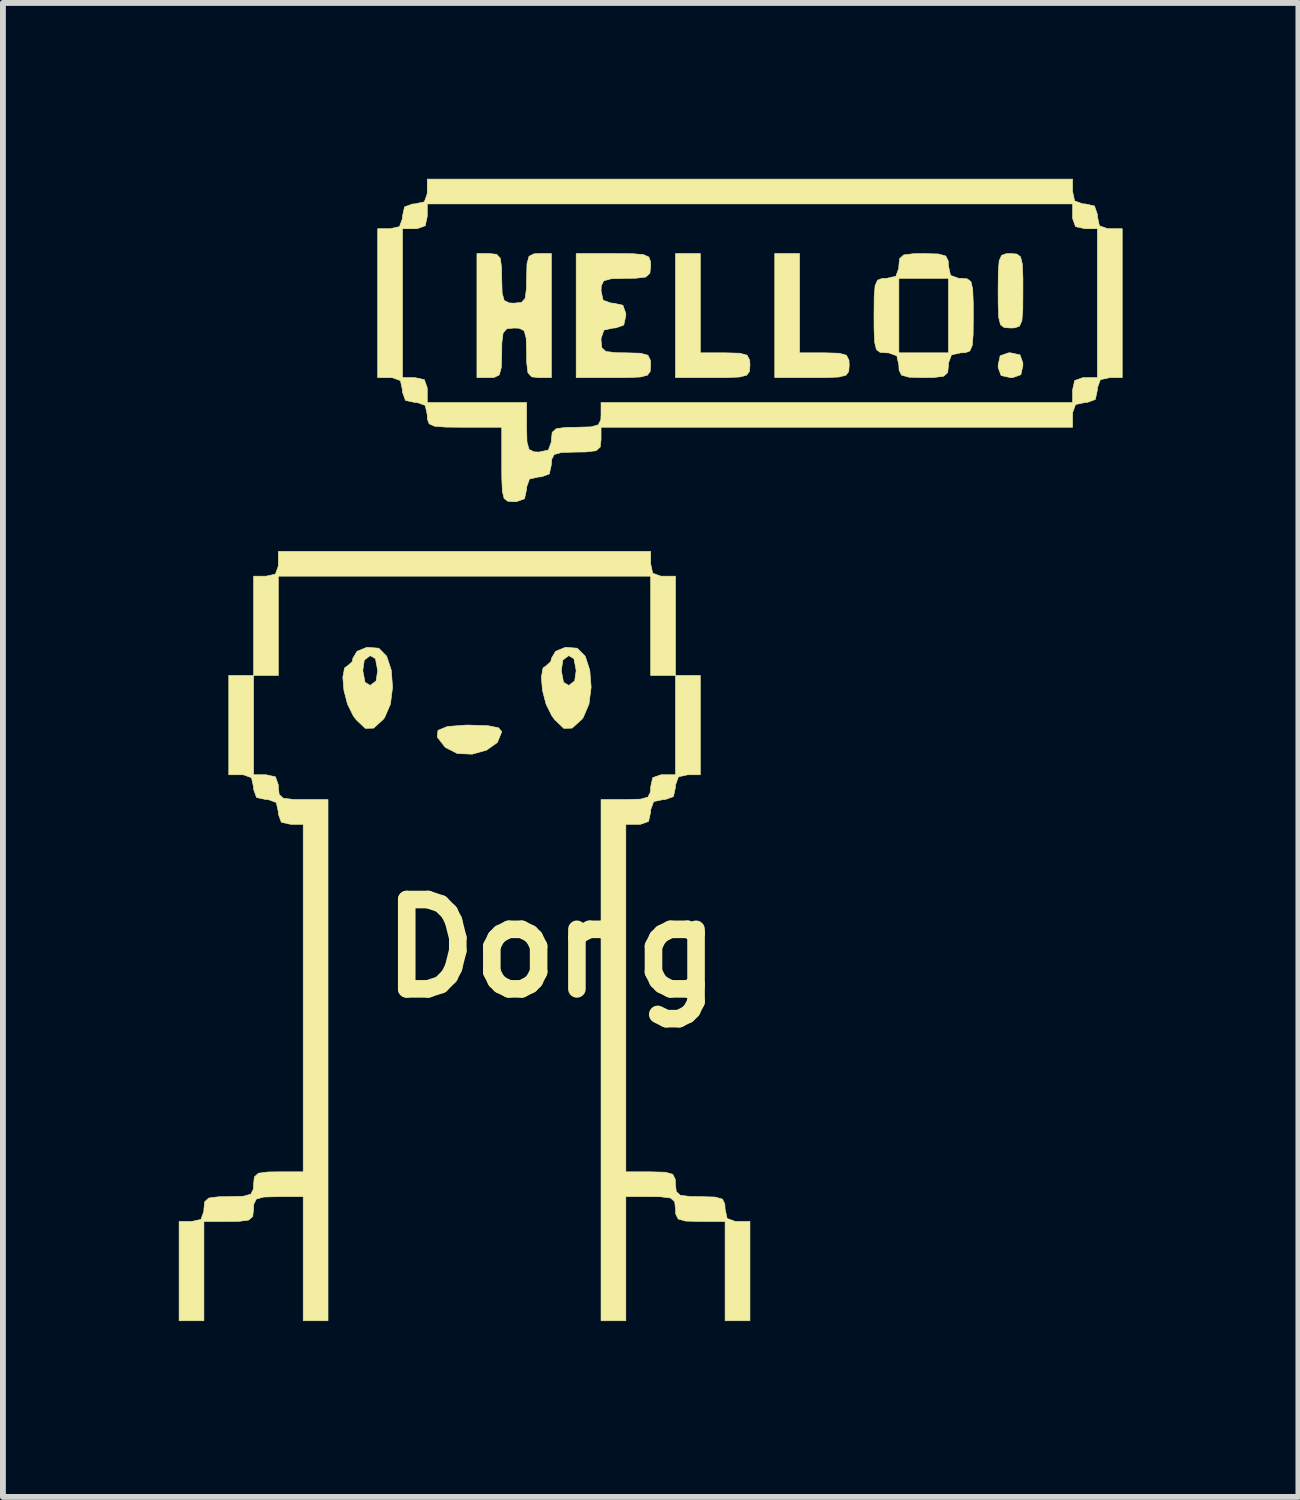
<source format=kicad_pcb>
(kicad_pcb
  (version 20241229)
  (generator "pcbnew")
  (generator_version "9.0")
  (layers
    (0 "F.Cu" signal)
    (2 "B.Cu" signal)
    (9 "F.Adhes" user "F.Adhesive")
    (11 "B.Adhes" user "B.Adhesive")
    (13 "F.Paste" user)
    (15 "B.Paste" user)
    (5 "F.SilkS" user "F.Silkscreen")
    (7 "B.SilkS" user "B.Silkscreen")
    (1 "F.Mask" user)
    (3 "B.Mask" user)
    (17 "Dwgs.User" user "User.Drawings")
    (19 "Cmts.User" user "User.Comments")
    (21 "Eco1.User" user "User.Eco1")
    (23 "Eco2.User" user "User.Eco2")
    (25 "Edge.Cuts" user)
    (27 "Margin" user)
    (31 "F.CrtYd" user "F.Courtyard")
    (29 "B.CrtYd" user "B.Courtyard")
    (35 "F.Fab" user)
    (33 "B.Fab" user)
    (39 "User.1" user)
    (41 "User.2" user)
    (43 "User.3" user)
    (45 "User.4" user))
  (footprint "Dong"
    (layer "F.Cu")
    (at 6.355 13.128)
    (property "Reference" "Dong" (at 0 0 0) (layer "F.SilkS") (effects (font (size 1.524 1.524) (thickness 0.3))))
    (attr through_hole)
    (fp_poly (pts (xy 7.993 -10.125) (xy 8.042 -9.987) (xy 8.043 -9.948) (xy 8.008 -9.787) (xy 7.871 -9.738) (xy 7.832 -9.737) (xy 7.671 -9.772) (xy 7.621 -9.909) (xy 7.62 -9.948) (xy 7.655 -10.109) (xy 7.793 -10.159) (xy 7.832 -10.16) (xy 7.993 -10.125)) (stroke (width 0.01) (type solid)) (fill yes) (layer "F.SilkS"))
    (fp_poly (pts (xy 2.54 -10.16) (xy 2.963 -10.16) (xy 3.215 -10.153) (xy 3.34 -10.118) (xy 3.383 -10.033) (xy 3.387 -9.948) (xy 3.379 -9.841) (xy 3.331 -9.778) (xy 3.208 -9.747) (xy 2.975 -9.737) (xy 2.752 -9.737) (xy 2.117 -9.737) (xy 2.117 -11.853) (xy 2.54 -11.853) (xy 2.54 -10.16)) (stroke (width 0.01) (type solid)) (fill yes) (layer "F.SilkS"))
    (fp_poly (pts (xy 4.233 -10.16) (xy 4.657 -10.16) (xy 4.908 -10.153) (xy 5.033 -10.118) (xy 5.076 -10.033) (xy 5.08 -9.948) (xy 5.072 -9.841) (xy 5.025 -9.778) (xy 4.902 -9.747) (xy 4.668 -9.737) (xy 4.445 -9.737) (xy 3.81 -9.737) (xy 3.81 -11.853) (xy 4.233 -11.853) (xy 4.233 -10.16)) (stroke (width 0.01) (type solid)) (fill yes) (layer "F.SilkS"))
    (fp_poly (pts (xy -1.078 -3.799) (xy -0.902 -3.764) (xy -0.847 -3.699) (xy -0.847 -3.696) (xy -0.921 -3.514) (xy -1.107 -3.382) (xy -1.352 -3.314) (xy -1.604 -3.325) (xy -1.808 -3.429) (xy -1.814 -3.435) (xy -1.946 -3.605) (xy -1.935 -3.72) (xy -1.774 -3.786) (xy -1.456 -3.81) (xy -1.397 -3.81) (xy -1.078 -3.799)) (stroke (width 0.01) (type solid)) (fill yes) (layer "F.SilkS"))
    (fp_poly (pts (xy 1.693 -6.562) (xy 1.728 -6.401) (xy 1.866 -6.351) (xy 1.905 -6.35) (xy 2.117 -6.35) (xy 2.117 -4.657) (xy 1.693 -4.657) (xy 1.693 -6.35) (xy -4.657 -6.35) (xy -4.657 -4.657) (xy -5.08 -4.657) (xy -5.08 -6.35) (xy -4.868 -6.35) (xy -4.707 -6.385) (xy -4.658 -6.523) (xy -4.657 -6.562) (xy -4.657 -6.773) (xy 1.693 -6.773) (xy 1.693 -6.562)) (stroke (width 0.01) (type solid)) (fill yes) (layer "F.SilkS"))
    (fp_poly (pts (xy 7.939 -11.845) (xy 8.002 -11.798) (xy 8.033 -11.675) (xy 8.043 -11.441) (xy 8.043 -11.218) (xy 8.041 -10.895) (xy 8.025 -10.706) (xy 7.984 -10.615) (xy 7.906 -10.586) (xy 7.832 -10.583) (xy 7.724 -10.591) (xy 7.661 -10.639) (xy 7.63 -10.762) (xy 7.621 -10.995) (xy 7.62 -11.218) (xy 7.623 -11.541) (xy 7.638 -11.731) (xy 7.679 -11.822) (xy 7.757 -11.851) (xy 7.832 -11.853) (xy 7.939 -11.845)) (stroke (width 0.01) (type solid)) (fill yes) (layer "F.SilkS"))
    (fp_poly (pts (xy -2.951 -5.122) (xy -2.941 -5.118) (xy -2.81 -4.986) (xy -2.731 -4.747) (xy -2.709 -4.456) (xy -2.745 -4.168) (xy -2.845 -3.937) (xy -2.867 -3.908) (xy -3.033 -3.758) (xy -3.174 -3.754) (xy -3.329 -3.901) (xy -3.381 -3.971) (xy -3.478 -4.168) (xy -3.539 -4.404) (xy -3.557 -4.627) (xy -3.536 -4.741) (xy -3.217 -4.741) (xy -3.179 -4.54) (xy -3.09 -4.487) (xy -2.99 -4.563) (xy -2.963 -4.741) (xy -3.001 -4.943) (xy -3.09 -4.995) (xy -3.191 -4.92) (xy -3.217 -4.741) (xy -3.536 -4.741) (xy -3.529 -4.784) (xy -3.471 -4.826) (xy -3.395 -4.894) (xy -3.387 -4.947) (xy -3.315 -5.069) (xy -3.146 -5.137) (xy -2.951 -5.122)) (stroke (width 0.01) (type solid)) (fill yes) (layer "F.SilkS"))
    (fp_poly (pts (xy 0.436 -5.122) (xy 0.445 -5.118) (xy 0.577 -4.986) (xy 0.655 -4.747) (xy 0.678 -4.456) (xy 0.641 -4.168) (xy 0.542 -3.937) (xy 0.519 -3.908) (xy 0.353 -3.758) (xy 0.212 -3.754) (xy 0.058 -3.901) (xy 0.006 -3.971) (xy -0.091 -4.168) (xy -0.152 -4.404) (xy -0.171 -4.627) (xy -0.15 -4.741) (xy 0.169 -4.741) (xy 0.207 -4.54) (xy 0.296 -4.487) (xy 0.397 -4.563) (xy 0.423 -4.741) (xy 0.385 -4.943) (xy 0.296 -4.995) (xy 0.196 -4.92) (xy 0.169 -4.741) (xy -0.15 -4.741) (xy -0.142 -4.784) (xy -0.085 -4.826) (xy -0.009 -4.894) (xy 0 -4.947) (xy 0.072 -5.069) (xy 0.24 -5.137) (xy 0.436 -5.122)) (stroke (width 0.01) (type solid)) (fill yes) (layer "F.SilkS"))
    (fp_poly (pts (xy -0.933 -11.84) (xy -0.87 -11.77) (xy -0.849 -11.6) (xy -0.847 -11.43) (xy -0.84 -11.179) (xy -0.805 -11.053) (xy -0.72 -11.011) (xy -0.635 -11.007) (xy -0.509 -11.02) (xy -0.447 -11.09) (xy -0.425 -11.26) (xy -0.423 -11.43) (xy -0.416 -11.681) (xy -0.381 -11.807) (xy -0.297 -11.849) (xy -0.212 -11.853) (xy 0 -11.853) (xy 0 -9.737) (xy -0.212 -9.737) (xy -0.337 -9.75) (xy -0.4 -9.82) (xy -0.421 -9.99) (xy -0.423 -10.16) (xy -0.43 -10.411) (xy -0.465 -10.537) (xy -0.55 -10.579) (xy -0.635 -10.583) (xy -0.761 -10.57) (xy -0.823 -10.5) (xy -0.845 -10.33) (xy -0.847 -10.16) (xy -0.854 -9.909) (xy -0.889 -9.783) (xy -0.973 -9.741) (xy -1.058 -9.737) (xy -1.27 -9.737) (xy -1.27 -11.853) (xy -1.058 -11.853) (xy -0.933 -11.84)) (stroke (width 0.01) (type solid)) (fill yes) (layer "F.SilkS"))
    (fp_poly (pts (xy 1.381 -11.851) (xy 1.571 -11.835) (xy 1.662 -11.794) (xy 1.691 -11.716) (xy 1.693 -11.642) (xy 1.68 -11.516) (xy 1.61 -11.453) (xy 1.44 -11.432) (xy 1.27 -11.43) (xy 1.019 -11.423) (xy 0.893 -11.388) (xy 0.851 -11.303) (xy 0.847 -11.218) (xy 0.882 -11.057) (xy 1.019 -11.008) (xy 1.058 -11.007) (xy 1.219 -10.972) (xy 1.269 -10.834) (xy 1.27 -10.795) (xy 1.235 -10.634) (xy 1.097 -10.584) (xy 1.058 -10.583) (xy 0.897 -10.548) (xy 0.848 -10.411) (xy 0.847 -10.372) (xy 0.86 -10.246) (xy 0.93 -10.183) (xy 1.1 -10.162) (xy 1.27 -10.16) (xy 1.521 -10.153) (xy 1.647 -10.118) (xy 1.689 -10.033) (xy 1.693 -9.948) (xy 1.685 -9.841) (xy 1.638 -9.778) (xy 1.515 -9.747) (xy 1.281 -9.737) (xy 1.058 -9.737) (xy 0.423 -9.737) (xy 0.423 -11.853) (xy 1.058 -11.853) (xy 1.381 -11.851)) (stroke (width 0.01) (type solid)) (fill yes) (layer "F.SilkS"))
    (fp_poly (pts (xy 6.601 -11.846) (xy 6.727 -11.811) (xy 6.769 -11.727) (xy 6.773 -11.642) (xy 6.808 -11.481) (xy 6.946 -11.431) (xy 6.985 -11.43) (xy 7.093 -11.422) (xy 7.156 -11.375) (xy 7.186 -11.252) (xy 7.196 -11.018) (xy 7.197 -10.795) (xy 7.194 -10.472) (xy 7.178 -10.283) (xy 7.137 -10.191) (xy 7.059 -10.162) (xy 6.985 -10.16) (xy 6.824 -10.125) (xy 6.774 -9.987) (xy 6.773 -9.948) (xy 6.76 -9.823) (xy 6.69 -9.76) (xy 6.52 -9.739) (xy 6.35 -9.737) (xy 6.099 -9.744) (xy 5.973 -9.779) (xy 5.931 -9.863) (xy 5.927 -9.948) (xy 5.892 -10.109) (xy 5.754 -10.159) (xy 5.715 -10.16) (xy 5.607 -10.168) (xy 5.544 -10.215) (xy 5.514 -10.338) (xy 5.504 -10.572) (xy 5.503 -10.795) (xy 5.506 -11.118) (xy 5.522 -11.307) (xy 5.563 -11.399) (xy 5.641 -11.428) (xy 5.715 -11.43) (xy 5.927 -11.43) (xy 5.927 -10.16) (xy 6.773 -10.16) (xy 6.773 -11.43) (xy 5.927 -11.43) (xy 5.715 -11.43) (xy 5.876 -11.465) (xy 5.926 -11.603) (xy 5.927 -11.642) (xy 5.94 -11.767) (xy 6.01 -11.83) (xy 6.18 -11.851) (xy 6.35 -11.853) (xy 6.601 -11.846)) (stroke (width 0.01) (type solid)) (fill yes) (layer "F.SilkS"))
    (fp_poly (pts (xy -5.08 -2.963) (xy -4.868 -2.963) (xy -4.707 -2.928) (xy -4.658 -2.791) (xy -4.657 -2.752) (xy -4.643 -2.626) (xy -4.573 -2.563) (xy -4.403 -2.542) (xy -4.233 -2.54) (xy -3.81 -2.54) (xy -3.81 6.35) (xy -4.233 6.35) (xy -4.233 4.233) (xy -4.657 4.233) (xy -4.908 4.24) (xy -5.033 4.275) (xy -5.076 4.36) (xy -5.08 4.445) (xy -5.094 4.571) (xy -5.164 4.633) (xy -5.333 4.655) (xy -5.503 4.657) (xy -5.927 4.657) (xy -5.927 6.35) (xy -6.35 6.35) (xy -6.35 4.657) (xy -6.138 4.657) (xy -5.977 4.622) (xy -5.928 4.484) (xy -5.927 4.445) (xy -5.913 4.319) (xy -5.843 4.257) (xy -5.673 4.235) (xy -5.503 4.233) (xy -5.252 4.226) (xy -5.127 4.191) (xy -5.084 4.107) (xy -5.08 4.022) (xy -5.066 3.896) (xy -4.996 3.833) (xy -4.827 3.812) (xy -4.657 3.81) (xy -4.233 3.81) (xy -4.233 -2.117) (xy -4.445 -2.117) (xy -4.606 -2.152) (xy -4.656 -2.289) (xy -4.657 -2.328) (xy -4.692 -2.489) (xy -4.829 -2.539) (xy -4.868 -2.54) (xy -5.029 -2.575) (xy -5.079 -2.713) (xy -5.08 -2.752) (xy -5.115 -2.913) (xy -5.253 -2.962) (xy -5.292 -2.963) (xy -5.503 -2.963) (xy -5.503 -4.657) (xy -5.08 -4.657) (xy -5.08 -2.963)) (stroke (width 0.01) (type solid)) (fill yes) (layer "F.SilkS"))
    (fp_poly (pts (xy 2.54 -2.963) (xy 2.328 -2.963) (xy 2.167 -2.928) (xy 2.118 -2.791) (xy 2.117 -2.752) (xy 2.082 -2.591) (xy 1.944 -2.541) (xy 1.905 -2.54) (xy 1.744 -2.505) (xy 1.694 -2.367) (xy 1.693 -2.328) (xy 1.658 -2.167) (xy 1.521 -2.118) (xy 1.482 -2.117) (xy 1.27 -2.117) (xy 1.27 3.81) (xy 1.693 3.81) (xy 1.945 3.817) (xy 2.07 3.852) (xy 2.113 3.937) (xy 2.117 4.022) (xy 2.13 4.147) (xy 2.2 4.21) (xy 2.37 4.231) (xy 2.54 4.233) (xy 2.791 4.24) (xy 2.917 4.275) (xy 2.959 4.36) (xy 2.963 4.445) (xy 2.998 4.606) (xy 3.136 4.656) (xy 3.175 4.657) (xy 3.387 4.657) (xy 3.387 6.35) (xy 2.963 6.35) (xy 2.963 4.657) (xy 2.54 4.657) (xy 2.289 4.65) (xy 2.163 4.615) (xy 2.121 4.53) (xy 2.117 4.445) (xy 2.103 4.319) (xy 2.033 4.257) (xy 1.863 4.235) (xy 1.693 4.233) (xy 1.27 4.233) (xy 1.27 6.35) (xy 0.847 6.35) (xy 0.847 -2.54) (xy 1.27 -2.54) (xy 1.521 -2.547) (xy 1.647 -2.582) (xy 1.689 -2.667) (xy 1.693 -2.752) (xy 1.728 -2.913) (xy 1.866 -2.962) (xy 1.905 -2.963) (xy 2.117 -2.963) (xy 2.117 -4.657) (xy 2.54 -4.657) (xy 2.54 -2.963)) (stroke (width 0.01) (type solid)) (fill yes) (layer "F.SilkS"))
    (fp_poly (pts (xy 8.89 -12.912) (xy 8.925 -12.751) (xy 9.063 -12.701) (xy 9.102 -12.7) (xy 9.263 -12.665) (xy 9.312 -12.527) (xy 9.313 -12.488) (xy 9.348 -12.327) (xy 9.486 -12.278) (xy 9.525 -12.277) (xy 9.737 -12.277) (xy 9.737 -9.737) (xy 9.525 -9.737) (xy 9.364 -9.702) (xy 9.314 -9.564) (xy 9.313 -9.525) (xy 9.278 -9.364) (xy 9.141 -9.314) (xy 9.102 -9.313) (xy 8.941 -9.278) (xy 8.891 -9.141) (xy 8.89 -9.102) (xy 8.89 -8.89) (xy 0.847 -8.89) (xy 0.847 -8.678) (xy 0.833 -8.553) (xy 0.763 -8.49) (xy 0.593 -8.469) (xy 0.423 -8.467) (xy 0.172 -8.46) (xy 0.047 -8.425) (xy 0.004 -8.34) (xy 0 -8.255) (xy -0.035 -8.094) (xy -0.173 -8.044) (xy -0.212 -8.043) (xy -0.373 -8.008) (xy -0.422 -7.871) (xy -0.423 -7.832) (xy -0.458 -7.671) (xy -0.596 -7.621) (xy -0.635 -7.62) (xy -0.743 -7.628) (xy -0.806 -7.675) (xy -0.836 -7.798) (xy -0.846 -8.032) (xy -0.847 -8.255) (xy -0.847 -8.89) (xy -1.482 -8.89) (xy -1.805 -8.893) (xy -1.994 -8.908) (xy -2.085 -8.949) (xy -2.114 -9.027) (xy -2.117 -9.102) (xy -2.152 -9.263) (xy -2.289 -9.312) (xy -2.328 -9.313) (xy -2.489 -9.348) (xy -2.539 -9.486) (xy -2.54 -9.525) (xy -2.575 -9.686) (xy -2.713 -9.736) (xy -2.752 -9.737) (xy -2.963 -9.737) (xy -2.963 -12.277) (xy -2.752 -12.277) (xy -2.54 -12.277) (xy -2.54 -9.737) (xy -2.328 -9.737) (xy -2.167 -9.702) (xy -2.118 -9.564) (xy -2.117 -9.525) (xy -2.117 -9.313) (xy -0.423 -9.313) (xy -0.423 -8.89) (xy -0.416 -8.639) (xy -0.381 -8.513) (xy -0.297 -8.471) (xy -0.212 -8.467) (xy -0.051 -8.502) (xy -0.001 -8.639) (xy 0 -8.678) (xy 0.014 -8.804) (xy 0.084 -8.867) (xy 0.253 -8.888) (xy 0.423 -8.89) (xy 0.675 -8.897) (xy 0.8 -8.932) (xy 0.843 -9.017) (xy 0.847 -9.102) (xy 0.847 -9.313) (xy 8.89 -9.313) (xy 8.89 -9.525) (xy 8.925 -9.686) (xy 9.063 -9.736) (xy 9.102 -9.737) (xy 9.313 -9.737) (xy 9.313 -12.277) (xy 9.102 -12.277) (xy 8.941 -12.312) (xy 8.891 -12.449) (xy 8.89 -12.488) (xy 8.89 -12.7) (xy -2.117 -12.7) (xy -2.117 -12.488) (xy -2.152 -12.327) (xy -2.289 -12.278) (xy -2.328 -12.277) (xy -2.54 -12.277) (xy -2.752 -12.277) (xy -2.591 -12.312) (xy -2.541 -12.449) (xy -2.54 -12.488) (xy -2.505 -12.649) (xy -2.367 -12.699) (xy -2.328 -12.7) (xy -2.167 -12.735) (xy -2.118 -12.873) (xy -2.117 -12.912) (xy -2.117 -13.123) (xy 8.89 -13.123) (xy 8.89 -12.912)) (stroke (width 0.01) (type solid)) (fill yes) (layer "F.SilkS")))
  (gr_rect
    (start -3 -3)
    (end 19.097 22.483)
    (stroke (width 0.1) (type default))
    (fill no)
    (layer "Edge.Cuts")))
</source>
